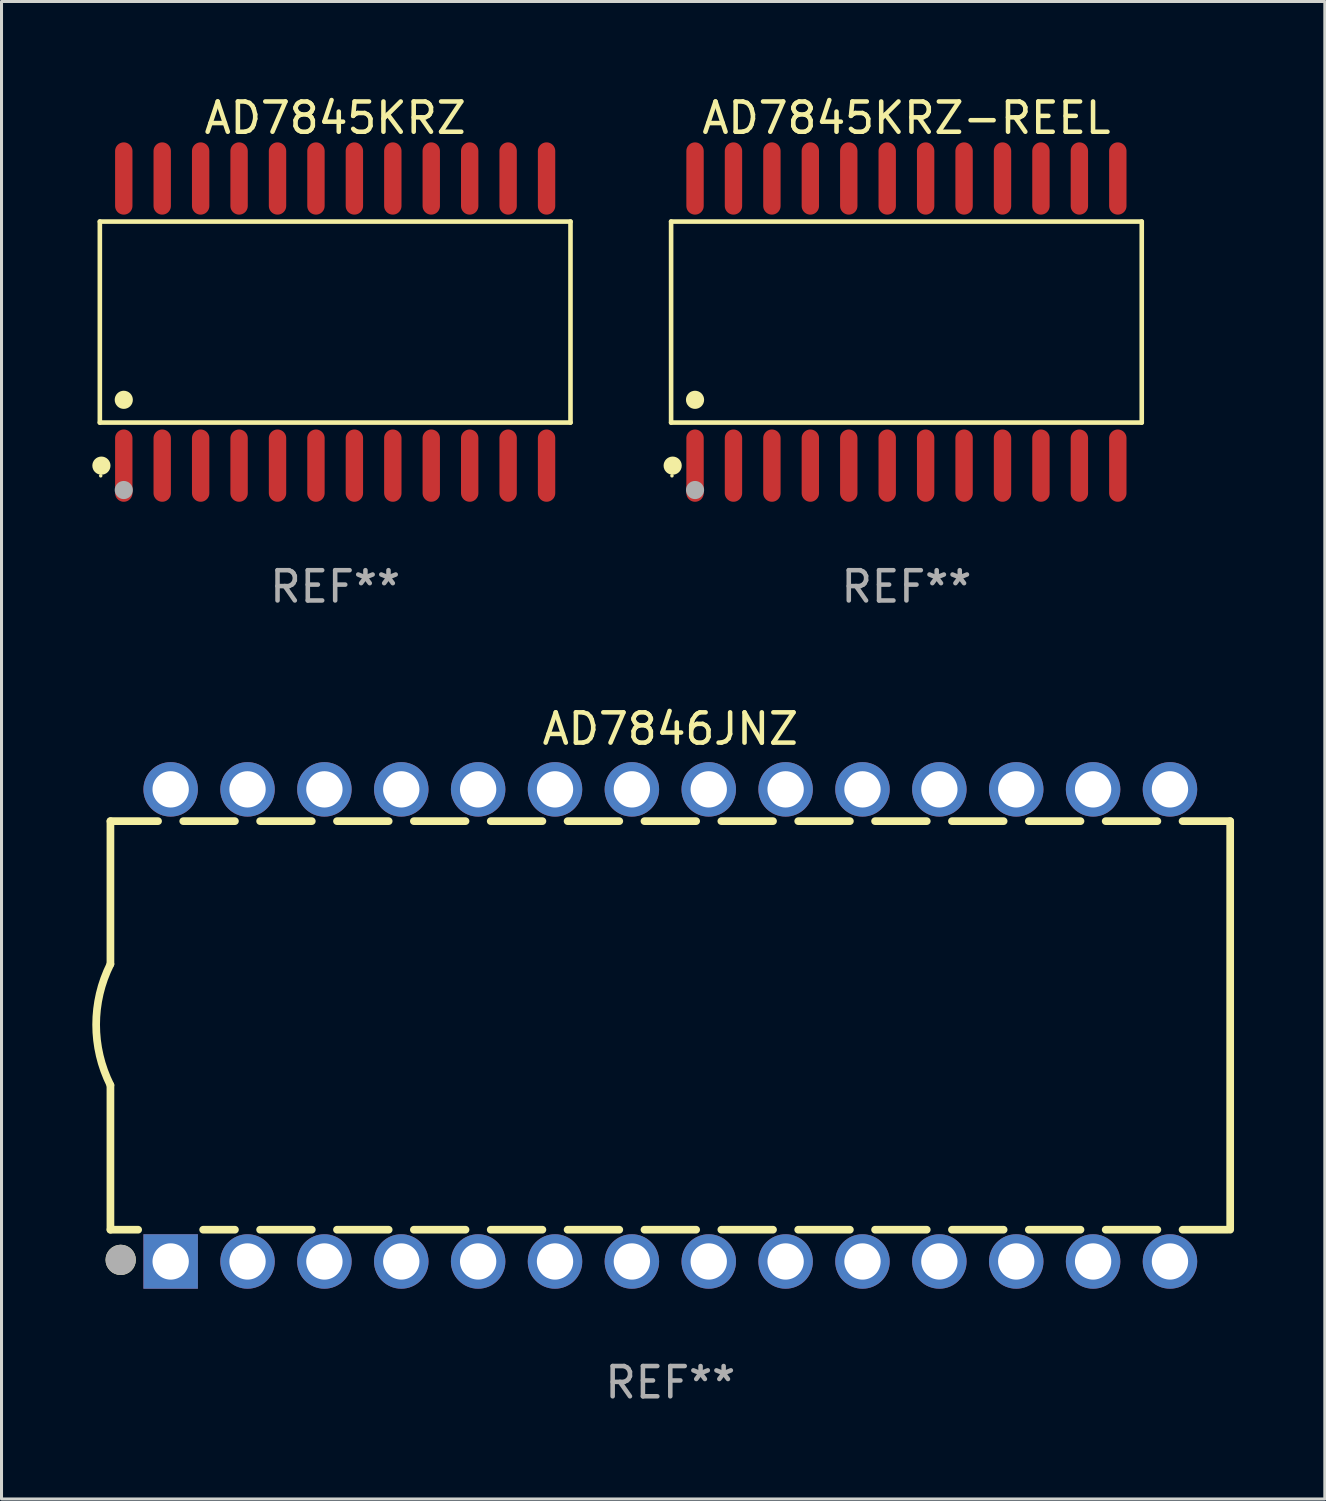
<source format=kicad_pcb>
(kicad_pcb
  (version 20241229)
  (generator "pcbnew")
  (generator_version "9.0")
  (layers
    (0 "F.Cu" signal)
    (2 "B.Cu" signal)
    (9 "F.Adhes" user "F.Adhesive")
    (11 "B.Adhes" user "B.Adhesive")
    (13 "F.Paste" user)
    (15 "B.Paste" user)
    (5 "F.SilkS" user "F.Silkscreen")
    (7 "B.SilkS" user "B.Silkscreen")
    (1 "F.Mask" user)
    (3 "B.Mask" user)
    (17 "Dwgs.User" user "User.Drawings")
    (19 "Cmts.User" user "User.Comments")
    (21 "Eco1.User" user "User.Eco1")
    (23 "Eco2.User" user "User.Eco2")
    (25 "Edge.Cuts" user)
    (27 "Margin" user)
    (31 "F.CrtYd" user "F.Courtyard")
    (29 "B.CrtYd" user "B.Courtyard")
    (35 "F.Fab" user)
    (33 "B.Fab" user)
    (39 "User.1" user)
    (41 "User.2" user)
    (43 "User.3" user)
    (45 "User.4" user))
  (footprint "AD7845KRZ-REEL"
    (layer "F.Cu")
    (at 26.901 7.592)
    (property "Reference" "AD7845KRZ-REEL" (at 0 -6.744 0) (layer "F.SilkS") (effects (font (size 1 1) (thickness 0.15))))
    (attr through_hole)
    (fp_line (start -7.776 -3.321) (end 7.776 -3.321) (stroke (width 0.152) (type solid)) (layer "F.SilkS"))
    (fp_line (start -7.776 3.321) (end -7.776 -3.321) (stroke (width 0.152) (type solid)) (layer "F.SilkS"))
    (fp_line (start 7.776 -3.321) (end 7.776 3.321) (stroke (width 0.152) (type solid)) (layer "F.SilkS"))
    (fp_line (start 7.776 3.321) (end -7.776 3.321) (stroke (width 0.152) (type solid)) (layer "F.SilkS"))
    (fp_circle (center -7.747 5.08) (end -7.717 5.08) (stroke (width 0.06) (type solid)) (fill no) (layer "F.SilkS"))
    (fp_circle (center -7.724 4.744) (end -7.574 4.744) (stroke (width 0.3) (type solid)) (fill no) (layer "F.SilkS"))
    (fp_circle (center -6.985 2.569) (end -6.835 2.569) (stroke (width 0.3) (type solid)) (fill no) (layer "F.SilkS"))
    (fp_circle (center -6.985 5.55) (end -6.835 5.55) (stroke (width 0.3) (type solid)) (fill no) (layer "F.Fab"))
    (fp_text user "REF**" (at 0 8.744 0) (layer "F.Fab") (effects (font (size 1 1) (thickness 0.15))))
    (pad "1" smd oval (at -6.985 4.744) (size 0.574 2.388) (layers "F.Cu" "F.Mask" "F.Paste"))
    (pad "2" smd oval (at -5.715 4.744) (size 0.574 2.388) (layers "F.Cu" "F.Mask" "F.Paste"))
    (pad "3" smd oval (at -4.445 4.744) (size 0.574 2.388) (layers "F.Cu" "F.Mask" "F.Paste"))
    (pad "4" smd oval (at -3.175 4.744) (size 0.574 2.388) (layers "F.Cu" "F.Mask" "F.Paste"))
    (pad "5" smd oval (at -1.905 4.744) (size 0.574 2.388) (layers "F.Cu" "F.Mask" "F.Paste"))
    (pad "6" smd oval (at -0.635 4.744) (size 0.574 2.388) (layers "F.Cu" "F.Mask" "F.Paste"))
    (pad "7" smd oval (at 0.635 4.744) (size 0.574 2.388) (layers "F.Cu" "F.Mask" "F.Paste"))
    (pad "8" smd oval (at 1.905 4.744) (size 0.574 2.388) (layers "F.Cu" "F.Mask" "F.Paste"))
    (pad "9" smd oval (at 3.175 4.744) (size 0.574 2.388) (layers "F.Cu" "F.Mask" "F.Paste"))
    (pad "10" smd oval (at 4.445 4.744) (size 0.574 2.388) (layers "F.Cu" "F.Mask" "F.Paste"))
    (pad "11" smd oval (at 5.715 4.744) (size 0.574 2.388) (layers "F.Cu" "F.Mask" "F.Paste"))
    (pad "12" smd oval (at 6.985 4.744) (size 0.574 2.388) (layers "F.Cu" "F.Mask" "F.Paste"))
    (pad "13" smd oval (at 6.985 -4.744) (size 0.574 2.388) (layers "F.Cu" "F.Mask" "F.Paste"))
    (pad "14" smd oval (at 5.715 -4.744) (size 0.574 2.388) (layers "F.Cu" "F.Mask" "F.Paste"))
    (pad "15" smd oval (at 4.445 -4.744) (size 0.574 2.388) (layers "F.Cu" "F.Mask" "F.Paste"))
    (pad "16" smd oval (at 3.175 -4.744) (size 0.574 2.388) (layers "F.Cu" "F.Mask" "F.Paste"))
    (pad "17" smd oval (at 1.905 -4.744) (size 0.574 2.388) (layers "F.Cu" "F.Mask" "F.Paste"))
    (pad "18" smd oval (at 0.635 -4.744) (size 0.574 2.388) (layers "F.Cu" "F.Mask" "F.Paste"))
    (pad "19" smd oval (at -0.635 -4.744) (size 0.574 2.388) (layers "F.Cu" "F.Mask" "F.Paste"))
    (pad "20" smd oval (at -1.905 -4.744) (size 0.574 2.388) (layers "F.Cu" "F.Mask" "F.Paste"))
    (pad "21" smd oval (at -3.175 -4.744) (size 0.574 2.388) (layers "F.Cu" "F.Mask" "F.Paste"))
    (pad "22" smd oval (at -4.445 -4.744) (size 0.574 2.388) (layers "F.Cu" "F.Mask" "F.Paste"))
    (pad "23" smd oval (at -5.715 -4.744) (size 0.574 2.388) (layers "F.Cu" "F.Mask" "F.Paste"))
    (pad "24" smd oval (at -6.985 -4.744) (size 0.574 2.388) (layers "F.Cu" "F.Mask" "F.Paste")))
  (footprint "AD7846JNZ"
    (layer "F.Cu")
    (at 19.099 30.833)
    (property "Reference" "AD7846JNZ" (at 0 -9.8 0) (layer "F.SilkS") (effects (font (size 1 1) (thickness 0.15))))
    (attr through_hole)
    (fp_line (start -18.5 -6.75) (end -18.5 -2.026) (stroke (width 0.254) (type solid)) (layer "F.SilkS"))
    (fp_line (start -18.5 -6.75) (end -16.926 -6.75) (stroke (width 0.254) (type solid)) (layer "F.SilkS"))
    (fp_line (start -18.5 6.75) (end -18.5 1.974) (stroke (width 0.254) (type solid)) (layer "F.SilkS"))
    (fp_line (start -18.5 6.75) (end -17.584 6.75) (stroke (width 0.254) (type solid)) (layer "F.SilkS"))
    (fp_line (start -16.094 -6.75) (end -14.386 -6.75) (stroke (width 0.254) (type solid)) (layer "F.SilkS"))
    (fp_line (start -15.436 6.75) (end -14.386 6.75) (stroke (width 0.254) (type solid)) (layer "F.SilkS"))
    (fp_line (start -13.554 -6.75) (end -11.846 -6.75) (stroke (width 0.254) (type solid)) (layer "F.SilkS"))
    (fp_line (start -13.554 6.75) (end -11.846 6.75) (stroke (width 0.254) (type solid)) (layer "F.SilkS"))
    (fp_line (start -11.014 -6.75) (end -9.306 -6.75) (stroke (width 0.254) (type solid)) (layer "F.SilkS"))
    (fp_line (start -11.014 6.75) (end -9.306 6.75) (stroke (width 0.254) (type solid)) (layer "F.SilkS"))
    (fp_line (start -8.474 -6.75) (end -6.766 -6.75) (stroke (width 0.254) (type solid)) (layer "F.SilkS"))
    (fp_line (start -8.474 6.75) (end -6.766 6.75) (stroke (width 0.254) (type solid)) (layer "F.SilkS"))
    (fp_line (start -5.934 -6.75) (end -4.226 -6.75) (stroke (width 0.254) (type solid)) (layer "F.SilkS"))
    (fp_line (start -5.934 6.75) (end -4.226 6.75) (stroke (width 0.254) (type solid)) (layer "F.SilkS"))
    (fp_line (start -3.394 -6.75) (end -1.686 -6.75) (stroke (width 0.254) (type solid)) (layer "F.SilkS"))
    (fp_line (start -3.394 6.75) (end -1.686 6.75) (stroke (width 0.254) (type solid)) (layer "F.SilkS"))
    (fp_line (start -0.854 -6.75) (end 0.854 -6.75) (stroke (width 0.254) (type solid)) (layer "F.SilkS"))
    (fp_line (start -0.854 6.75) (end 0.854 6.75) (stroke (width 0.254) (type solid)) (layer "F.SilkS"))
    (fp_line (start 1.686 -6.75) (end 3.394 -6.75) (stroke (width 0.254) (type solid)) (layer "F.SilkS"))
    (fp_line (start 1.686 6.75) (end 3.394 6.75) (stroke (width 0.254) (type solid)) (layer "F.SilkS"))
    (fp_line (start 4.226 -6.75) (end 5.934 -6.75) (stroke (width 0.254) (type solid)) (layer "F.SilkS"))
    (fp_line (start 4.226 6.75) (end 5.934 6.75) (stroke (width 0.254) (type solid)) (layer "F.SilkS"))
    (fp_line (start 6.766 -6.75) (end 8.474 -6.75) (stroke (width 0.254) (type solid)) (layer "F.SilkS"))
    (fp_line (start 6.766 6.75) (end 8.474 6.75) (stroke (width 0.254) (type solid)) (layer "F.SilkS"))
    (fp_line (start 9.306 -6.75) (end 11.014 -6.75) (stroke (width 0.254) (type solid)) (layer "F.SilkS"))
    (fp_line (start 9.306 6.75) (end 11.014 6.75) (stroke (width 0.254) (type solid)) (layer "F.SilkS"))
    (fp_line (start 11.846 -6.75) (end 13.554 -6.75) (stroke (width 0.254) (type solid)) (layer "F.SilkS"))
    (fp_line (start 11.846 6.75) (end 13.554 6.75) (stroke (width 0.254) (type solid)) (layer "F.SilkS"))
    (fp_line (start 14.386 -6.75) (end 16.094 -6.75) (stroke (width 0.254) (type solid)) (layer "F.SilkS"))
    (fp_line (start 14.386 6.75) (end 16.094 6.75) (stroke (width 0.254) (type solid)) (layer "F.SilkS"))
    (fp_line (start 16.926 -6.75) (end 18.5 -6.75) (stroke (width 0.254) (type solid)) (layer "F.SilkS"))
    (fp_line (start 16.926 6.75) (end 18.415 6.75) (stroke (width 0.254) (type solid)) (layer "F.SilkS"))
    (fp_line (start 18.5 6.75) (end 18.5 -6.75) (stroke (width 0.254) (type solid)) (layer "F.SilkS"))
    (fp_arc (start -18.500051 1.974384) (mid -18.972187 -0.025616) (end -18.500051 -2.025616) (stroke (width 0.254001) (type solid)) (layer "F.SilkS"))
    (fp_circle (center -18.5 7.8) (end -18.47 7.8) (stroke (width 0.06) (type solid)) (fill no) (layer "F.SilkS"))
    (fp_circle (center -18.161 7.747) (end -17.911 7.747) (stroke (width 0.5) (type solid)) (fill no) (layer "F.SilkS"))
    (fp_circle (center -18.161 7.747) (end -17.911 7.747) (stroke (width 0.5) (type solid)) (fill no) (layer "F.Fab"))
    (fp_text user "REF**" (at 0 11.8 0) (layer "F.Fab") (effects (font (size 1 1) (thickness 0.15))))
    (pad "1" thru_hole rect (at -16.51 7.8) (size 1.8 1.8) (drill 1.2) (layers "*.Cu" "*.Mask"))
    (pad "2" thru_hole circle (at -13.97 7.8) (size 1.8 1.8) (drill 1.2) (layers "*.Cu" "*.Mask"))
    (pad "3" thru_hole circle (at -11.43 7.8) (size 1.8 1.8) (drill 1.2) (layers "*.Cu" "*.Mask"))
    (pad "4" thru_hole circle (at -8.89 7.8) (size 1.8 1.8) (drill 1.2) (layers "*.Cu" "*.Mask"))
    (pad "5" thru_hole circle (at -6.35 7.8) (size 1.8 1.8) (drill 1.2) (layers "*.Cu" "*.Mask"))
    (pad "6" thru_hole circle (at -3.81 7.8) (size 1.8 1.8) (drill 1.2) (layers "*.Cu" "*.Mask"))
    (pad "7" thru_hole circle (at -1.27 7.8) (size 1.8 1.8) (drill 1.2) (layers "*.Cu" "*.Mask"))
    (pad "8" thru_hole circle (at 1.27 7.8) (size 1.8 1.8) (drill 1.2) (layers "*.Cu" "*.Mask"))
    (pad "9" thru_hole circle (at 3.81 7.8) (size 1.8 1.8) (drill 1.2) (layers "*.Cu" "*.Mask"))
    (pad "10" thru_hole circle (at 6.35 7.8) (size 1.8 1.8) (drill 1.2) (layers "*.Cu" "*.Mask"))
    (pad "11" thru_hole circle (at 8.89 7.8) (size 1.8 1.8) (drill 1.2) (layers "*.Cu" "*.Mask"))
    (pad "12" thru_hole circle (at 11.43 7.8) (size 1.8 1.8) (drill 1.2) (layers "*.Cu" "*.Mask"))
    (pad "13" thru_hole circle (at 13.97 7.8) (size 1.8 1.8) (drill 1.2) (layers "*.Cu" "*.Mask"))
    (pad "14" thru_hole circle (at 16.51 7.8) (size 1.8 1.8) (drill 1.2) (layers "*.Cu" "*.Mask"))
    (pad "15" thru_hole circle (at 16.51 -7.8) (size 1.8 1.8) (drill 1.2) (layers "*.Cu" "*.Mask"))
    (pad "16" thru_hole circle (at 13.97 -7.8) (size 1.8 1.8) (drill 1.2) (layers "*.Cu" "*.Mask"))
    (pad "17" thru_hole circle (at 11.43 -7.8) (size 1.8 1.8) (drill 1.2) (layers "*.Cu" "*.Mask"))
    (pad "18" thru_hole circle (at 8.89 -7.8) (size 1.8 1.8) (drill 1.2) (layers "*.Cu" "*.Mask"))
    (pad "19" thru_hole circle (at 6.35 -7.8) (size 1.8 1.8) (drill 1.2) (layers "*.Cu" "*.Mask"))
    (pad "20" thru_hole circle (at 3.81 -7.8) (size 1.8 1.8) (drill 1.2) (layers "*.Cu" "*.Mask"))
    (pad "21" thru_hole circle (at 1.27 -7.8) (size 1.8 1.8) (drill 1.2) (layers "*.Cu" "*.Mask"))
    (pad "22" thru_hole circle (at -1.27 -7.8) (size 1.8 1.8) (drill 1.2) (layers "*.Cu" "*.Mask"))
    (pad "23" thru_hole circle (at -3.81 -7.8) (size 1.8 1.8) (drill 1.2) (layers "*.Cu" "*.Mask"))
    (pad "24" thru_hole circle (at -6.35 -7.8) (size 1.8 1.8) (drill 1.2) (layers "*.Cu" "*.Mask"))
    (pad "25" thru_hole circle (at -8.89 -7.8) (size 1.8 1.8) (drill 1.2) (layers "*.Cu" "*.Mask"))
    (pad "26" thru_hole circle (at -11.43 -7.8) (size 1.8 1.8) (drill 1.2) (layers "*.Cu" "*.Mask"))
    (pad "27" thru_hole circle (at -13.97 -7.8) (size 1.8 1.8) (drill 1.2) (layers "*.Cu" "*.Mask"))
    (pad "28" thru_hole circle (at -16.51 -7.8) (size 1.8 1.8) (drill 1.2) (layers "*.Cu" "*.Mask")))
  (footprint "AD7845KRZ"
    (layer "F.Cu")
    (at 8.025 7.592)
    (property "Reference" "AD7845KRZ" (at 0 -6.744 0) (layer "F.SilkS") (effects (font (size 1 1) (thickness 0.15))))
    (attr through_hole)
    (fp_line (start -7.776 -3.321) (end 7.776 -3.321) (stroke (width 0.152) (type solid)) (layer "F.SilkS"))
    (fp_line (start -7.776 3.321) (end -7.776 -3.321) (stroke (width 0.152) (type solid)) (layer "F.SilkS"))
    (fp_line (start 7.776 -3.321) (end 7.776 3.321) (stroke (width 0.152) (type solid)) (layer "F.SilkS"))
    (fp_line (start 7.776 3.321) (end -7.776 3.321) (stroke (width 0.152) (type solid)) (layer "F.SilkS"))
    (fp_circle (center -7.747 5.08) (end -7.717 5.08) (stroke (width 0.06) (type solid)) (fill no) (layer "F.SilkS"))
    (fp_circle (center -7.724 4.744) (end -7.574 4.744) (stroke (width 0.3) (type solid)) (fill no) (layer "F.SilkS"))
    (fp_circle (center -6.985 2.569) (end -6.835 2.569) (stroke (width 0.3) (type solid)) (fill no) (layer "F.SilkS"))
    (fp_circle (center -6.985 5.55) (end -6.835 5.55) (stroke (width 0.3) (type solid)) (fill no) (layer "F.Fab"))
    (fp_text user "REF**" (at 0 8.744 0) (layer "F.Fab") (effects (font (size 1 1) (thickness 0.15))))
    (pad "1" smd oval (at -6.985 4.744) (size 0.574 2.388) (layers "F.Cu" "F.Mask" "F.Paste"))
    (pad "2" smd oval (at -5.715 4.744) (size 0.574 2.388) (layers "F.Cu" "F.Mask" "F.Paste"))
    (pad "3" smd oval (at -4.445 4.744) (size 0.574 2.388) (layers "F.Cu" "F.Mask" "F.Paste"))
    (pad "4" smd oval (at -3.175 4.744) (size 0.574 2.388) (layers "F.Cu" "F.Mask" "F.Paste"))
    (pad "5" smd oval (at -1.905 4.744) (size 0.574 2.388) (layers "F.Cu" "F.Mask" "F.Paste"))
    (pad "6" smd oval (at -0.635 4.744) (size 0.574 2.388) (layers "F.Cu" "F.Mask" "F.Paste"))
    (pad "7" smd oval (at 0.635 4.744) (size 0.574 2.388) (layers "F.Cu" "F.Mask" "F.Paste"))
    (pad "8" smd oval (at 1.905 4.744) (size 0.574 2.388) (layers "F.Cu" "F.Mask" "F.Paste"))
    (pad "9" smd oval (at 3.175 4.744) (size 0.574 2.388) (layers "F.Cu" "F.Mask" "F.Paste"))
    (pad "10" smd oval (at 4.445 4.744) (size 0.574 2.388) (layers "F.Cu" "F.Mask" "F.Paste"))
    (pad "11" smd oval (at 5.715 4.744) (size 0.574 2.388) (layers "F.Cu" "F.Mask" "F.Paste"))
    (pad "12" smd oval (at 6.985 4.744) (size 0.574 2.388) (layers "F.Cu" "F.Mask" "F.Paste"))
    (pad "13" smd oval (at 6.985 -4.744) (size 0.574 2.388) (layers "F.Cu" "F.Mask" "F.Paste"))
    (pad "14" smd oval (at 5.715 -4.744) (size 0.574 2.388) (layers "F.Cu" "F.Mask" "F.Paste"))
    (pad "15" smd oval (at 4.445 -4.744) (size 0.574 2.388) (layers "F.Cu" "F.Mask" "F.Paste"))
    (pad "16" smd oval (at 3.175 -4.744) (size 0.574 2.388) (layers "F.Cu" "F.Mask" "F.Paste"))
    (pad "17" smd oval (at 1.905 -4.744) (size 0.574 2.388) (layers "F.Cu" "F.Mask" "F.Paste"))
    (pad "18" smd oval (at 0.635 -4.744) (size 0.574 2.388) (layers "F.Cu" "F.Mask" "F.Paste"))
    (pad "19" smd oval (at -0.635 -4.744) (size 0.574 2.388) (layers "F.Cu" "F.Mask" "F.Paste"))
    (pad "20" smd oval (at -1.905 -4.744) (size 0.574 2.388) (layers "F.Cu" "F.Mask" "F.Paste"))
    (pad "21" smd oval (at -3.175 -4.744) (size 0.574 2.388) (layers "F.Cu" "F.Mask" "F.Paste"))
    (pad "22" smd oval (at -4.445 -4.744) (size 0.574 2.388) (layers "F.Cu" "F.Mask" "F.Paste"))
    (pad "23" smd oval (at -5.715 -4.744) (size 0.574 2.388) (layers "F.Cu" "F.Mask" "F.Paste"))
    (pad "24" smd oval (at -6.985 -4.744) (size 0.574 2.388) (layers "F.Cu" "F.Mask" "F.Paste")))
  (gr_rect
    (start -3 -3)
    (end 40.726 46.481)
    (stroke (width 0.1) (type default))
    (fill no)
    (layer "Edge.Cuts")))
</source>
